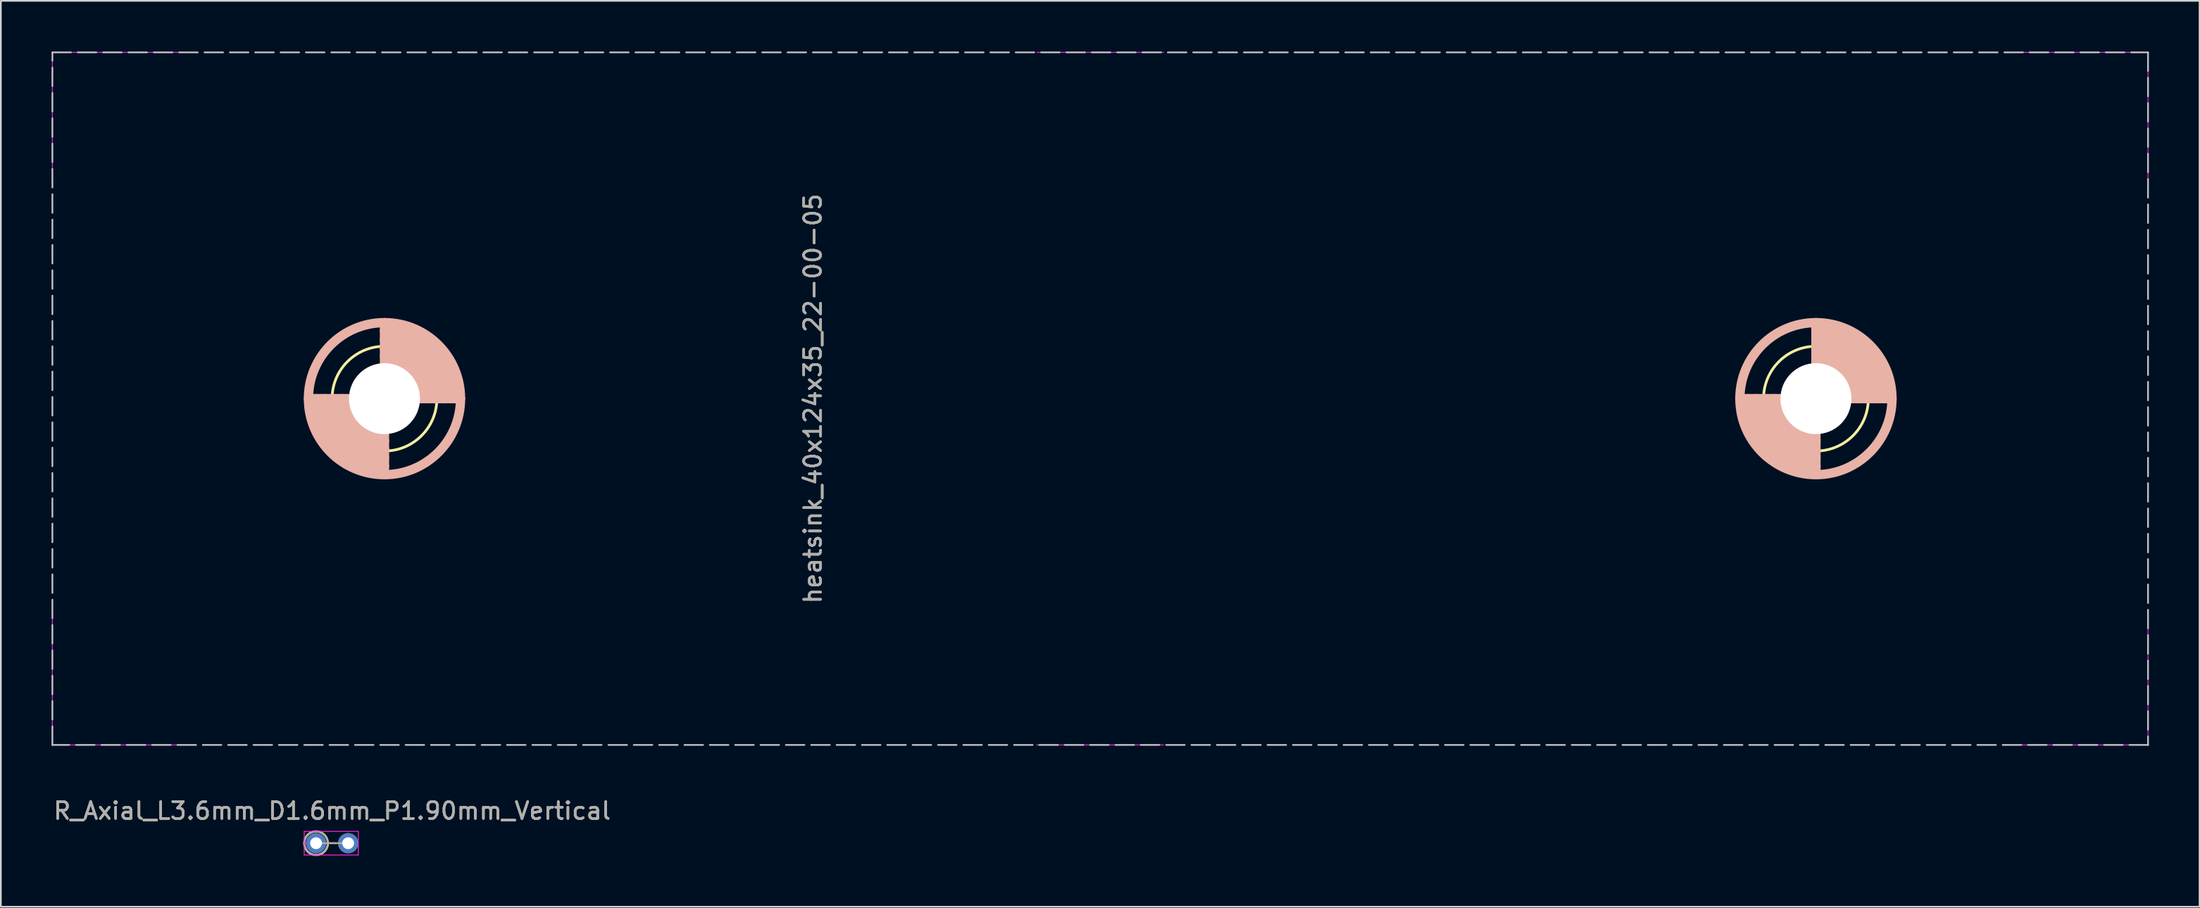
<source format=kicad_pcb>
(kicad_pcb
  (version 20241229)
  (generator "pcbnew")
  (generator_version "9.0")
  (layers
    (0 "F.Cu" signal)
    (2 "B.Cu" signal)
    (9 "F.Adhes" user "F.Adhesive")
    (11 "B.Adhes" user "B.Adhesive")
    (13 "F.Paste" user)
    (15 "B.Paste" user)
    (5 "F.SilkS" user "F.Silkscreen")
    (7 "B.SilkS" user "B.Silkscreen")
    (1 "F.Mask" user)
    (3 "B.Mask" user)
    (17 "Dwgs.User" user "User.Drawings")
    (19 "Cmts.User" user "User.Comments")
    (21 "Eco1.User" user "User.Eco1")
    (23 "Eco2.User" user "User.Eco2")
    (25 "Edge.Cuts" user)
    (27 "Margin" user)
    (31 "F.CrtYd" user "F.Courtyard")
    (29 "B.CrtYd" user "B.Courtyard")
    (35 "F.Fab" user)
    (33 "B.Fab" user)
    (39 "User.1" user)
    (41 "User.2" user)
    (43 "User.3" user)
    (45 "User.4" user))
  (footprint "heatsink_40x124x35_22-00-05"
    (layer "F.Cu")
    (at 62.05 20.55)
    (property "Reference" "heatsink_40x124x35_22-00-05" (at -17 0 90) (layer "F.SilkS") (effects (font (size 1 1) (thickness 0.15))))
    (fp_circle (center -42.35 0) (end -42.35 3.1) (stroke (width 0.16) (type solid)) (fill no) (layer "F.SilkS"))
    (fp_circle (center 42.35 0) (end 42.35 3.1) (stroke (width 0.16) (type solid)) (fill no) (layer "F.SilkS"))
    (fp_line (start -46.85 0) (end -37.85 0) (stroke (width 0.55) (type solid)) (layer "B.SilkS"))
    (fp_line (start -42.35 -4.5) (end -42.35 4.5) (stroke (width 0.55) (type solid)) (layer "B.SilkS"))
    (fp_line (start 42.35 -4.5) (end 42.35 4.5) (stroke (width 0.55) (type solid)) (layer "B.SilkS"))
    (fp_line (start 46.85 0) (end 37.85 0) (stroke (width 0.55) (type solid)) (layer "B.SilkS"))
    (fp_arc (start -42.35 -4) (mid -39.521573 -2.828427) (end -38.35 0) (stroke (width 0.55) (type solid)) (layer "B.SilkS"))
    (fp_arc (start -42.35 -3.5) (mid -39.875126 -2.474874) (end -38.85 0) (stroke (width 0.55) (type solid)) (layer "B.SilkS"))
    (fp_arc (start -42.35 -3) (mid -40.22868 -2.12132) (end -39.35 0) (stroke (width 0.55) (type solid)) (layer "B.SilkS"))
    (fp_arc (start -42.35 -2.5) (mid -40.582233 -1.767767) (end -39.85 0) (stroke (width 0.55) (type solid)) (layer "B.SilkS"))
    (fp_arc (start -42.35 -2) (mid -40.935786 -1.414214) (end -40.35 0) (stroke (width 0.55) (type solid)) (layer "B.SilkS"))
    (fp_arc (start -42.35 -1.5) (mid -41.28934 -1.06066) (end -40.85 0) (stroke (width 0.55) (type solid)) (layer "B.SilkS"))
    (fp_arc (start -42.35 -1) (mid -41.642893 -0.707107) (end -41.35 0) (stroke (width 0.55) (type solid)) (layer "B.SilkS"))
    (fp_arc (start -42.35 1) (mid -43.057107 0.707107) (end -43.35 0) (stroke (width 0.55) (type solid)) (layer "B.SilkS"))
    (fp_arc (start -42.35 1.5) (mid -43.41066 1.06066) (end -43.85 0) (stroke (width 0.55) (type solid)) (layer "B.SilkS"))
    (fp_arc (start -42.35 2) (mid -43.764214 1.414214) (end -44.35 0) (stroke (width 0.55) (type solid)) (layer "B.SilkS"))
    (fp_arc (start -42.35 2.5) (mid -44.117767 1.767767) (end -44.85 0) (stroke (width 0.55) (type solid)) (layer "B.SilkS"))
    (fp_arc (start -42.35 3) (mid -44.47132 2.12132) (end -45.35 0) (stroke (width 0.55) (type solid)) (layer "B.SilkS"))
    (fp_arc (start -42.35 3.5) (mid -44.824874 2.474874) (end -45.85 0) (stroke (width 0.55) (type solid)) (layer "B.SilkS"))
    (fp_arc (start -42.35 4) (mid -45.178427 2.828427) (end -46.35 0) (stroke (width 0.55) (type solid)) (layer "B.SilkS"))
    (fp_arc (start 42.35 -4) (mid 45.178427 -2.828427) (end 46.35 0) (stroke (width 0.55) (type solid)) (layer "B.SilkS"))
    (fp_arc (start 42.35 -3.5) (mid 44.824874 -2.474874) (end 45.85 0) (stroke (width 0.55) (type solid)) (layer "B.SilkS"))
    (fp_arc (start 42.35 -3) (mid 44.47132 -2.12132) (end 45.35 0) (stroke (width 0.55) (type solid)) (layer "B.SilkS"))
    (fp_arc (start 42.35 -2.5) (mid 44.117767 -1.767767) (end 44.85 0) (stroke (width 0.55) (type solid)) (layer "B.SilkS"))
    (fp_arc (start 42.35 -2) (mid 43.764214 -1.414214) (end 44.35 0) (stroke (width 0.55) (type solid)) (layer "B.SilkS"))
    (fp_arc (start 42.35 -1.5) (mid 43.41066 -1.06066) (end 43.85 0) (stroke (width 0.55) (type solid)) (layer "B.SilkS"))
    (fp_arc (start 42.35 -1) (mid 43.057107 -0.707107) (end 43.35 0) (stroke (width 0.55) (type solid)) (layer "B.SilkS"))
    (fp_arc (start 42.35 1) (mid 41.642893 0.707107) (end 41.35 0) (stroke (width 0.55) (type solid)) (layer "B.SilkS"))
    (fp_arc (start 42.35 1.5) (mid 41.28934 1.06066) (end 40.85 0) (stroke (width 0.55) (type solid)) (layer "B.SilkS"))
    (fp_arc (start 42.35 2) (mid 40.935786 1.414214) (end 40.35 0) (stroke (width 0.55) (type solid)) (layer "B.SilkS"))
    (fp_arc (start 42.35 2.5) (mid 40.582233 1.767767) (end 39.85 0) (stroke (width 0.55) (type solid)) (layer "B.SilkS"))
    (fp_arc (start 42.35 3) (mid 40.22868 2.12132) (end 39.35 0) (stroke (width 0.55) (type solid)) (layer "B.SilkS"))
    (fp_arc (start 42.35 3.5) (mid 39.875126 2.474874) (end 38.85 0) (stroke (width 0.55) (type solid)) (layer "B.SilkS"))
    (fp_arc (start 42.35 4) (mid 39.521573 2.828427) (end 38.35 0) (stroke (width 0.55) (type solid)) (layer "B.SilkS"))
    (fp_circle (center -42.35 0) (end -42.35 4.5) (stroke (width 0.55) (type solid)) (fill no) (layer "B.SilkS"))
    (fp_circle (center 42.35 0) (end 42.35 4.5) (stroke (width 0.55) (type solid)) (fill no) (layer "B.SilkS"))
    (fp_rect (start -62 -20.5) (end 62 20.5) (stroke (width 0.1) (type dash)) (fill no) (layer "Dwgs.User"))
    (fp_line (start -62 -20.5) (end -62 -13) (stroke (width 0.05) (type solid)) (layer "F.CrtYd"))
    (fp_line (start -62 -20.5) (end -54.5 -20.5) (stroke (width 0.05) (type solid)) (layer "F.CrtYd"))
    (fp_line (start -62 20.5) (end -62 13) (stroke (width 0.05) (type solid)) (layer "F.CrtYd"))
    (fp_line (start -62 20.5) (end -54.5 20.5) (stroke (width 0.05) (type solid)) (layer "F.CrtYd"))
    (fp_line (start -3.75 -20.5) (end 3.75 -20.5) (stroke (width 0.05) (type solid)) (layer "F.CrtYd"))
    (fp_line (start 3.75 20.5) (end -3.75 20.5) (stroke (width 0.05) (type solid)) (layer "F.CrtYd"))
    (fp_line (start 62 -20.5) (end 54.5 -20.5) (stroke (width 0.05) (type solid)) (layer "F.CrtYd"))
    (fp_line (start 62 -20.5) (end 62 -13) (stroke (width 0.05) (type solid)) (layer "F.CrtYd"))
    (fp_line (start 62 20.5) (end 54.5 20.5) (stroke (width 0.05) (type solid)) (layer "F.CrtYd"))
    (fp_line (start 62 20.5) (end 62 13) (stroke (width 0.05) (type solid)) (layer "F.CrtYd"))
    (fp_text user "${REFERENCE}" (at -17 0 90) (layer "F.Fab") (effects (font (size 1 1) (thickness 0.15))))
    (pad "" np_thru_hole circle (at -42.35 0 90) (size 4.2 4.2) (drill 4.2) (layers "*.Cu" "*.Mask"))
    (pad "" np_thru_hole circle (at 42.35 0 90) (size 4.2 4.2) (drill 4.2) (layers "*.Cu" "*.Mask")))
  (footprint "R_Axial_L3.6mm_D1.6mm_P1.90mm_Vertical"
    (layer "F.Cu")
    (at 15.651 46.868)
    (property "Reference" "R_Axial_L3.6mm_D1.6mm_P1.90mm_Vertical" (at 0.95 -1.92 0) (layer "F.SilkS") (effects (font (size 1 1) (thickness 0.15))))
    (attr through_hole)
    (fp_line (start 0.7 0) (end 1.2 0) (stroke (width 0.1) (type default)) (layer "F.SilkS"))
    (fp_arc (start 0.7 0) (mid -0.7 0) (end 0.7 0) (stroke (width 0.12) (type solid)) (layer "F.SilkS"))
    (fp_line (start -0.7 -0.7) (end -0.7 0.7) (stroke (width 0.05) (type default)) (layer "F.CrtYd"))
    (fp_line (start -0.7 0.7) (end 2.5 0.7) (stroke (width 0.05) (type solid)) (layer "F.CrtYd"))
    (fp_line (start 2.5 -0.7) (end -0.7 -0.7) (stroke (width 0.05) (type solid)) (layer "F.CrtYd"))
    (fp_line (start 2.5 -0.7) (end 2.5 0.7) (stroke (width 0.05) (type default)) (layer "F.CrtYd"))
    (fp_line (start 0 0) (end 1.9 0) (stroke (width 0.1) (type solid)) (layer "F.Fab"))
    (fp_circle (center 0 0) (end 0.7 0) (stroke (width 0.1) (type solid)) (fill no) (layer "F.Fab"))
    (fp_text user "${REFERENCE}" (at 0.95 -1.92 0) (layer "F.Fab") (effects (font (size 1 1) (thickness 0.15))))
    (pad "1" thru_hole circle (at 0 0) (size 1.2 1.2) (drill 0.7) (layers "*.Cu" "*.Mask"))
    (pad "2" thru_hole circle (at 1.9 0) (size 1.2 1.2) (drill 0.7) (layers "*.Cu" "*.Mask")))
  (gr_rect
    (start -3 -3)
    (end 127.1 50.628)
    (stroke (width 0.1) (type default))
    (fill no)
    (layer "Edge.Cuts")))
</source>
